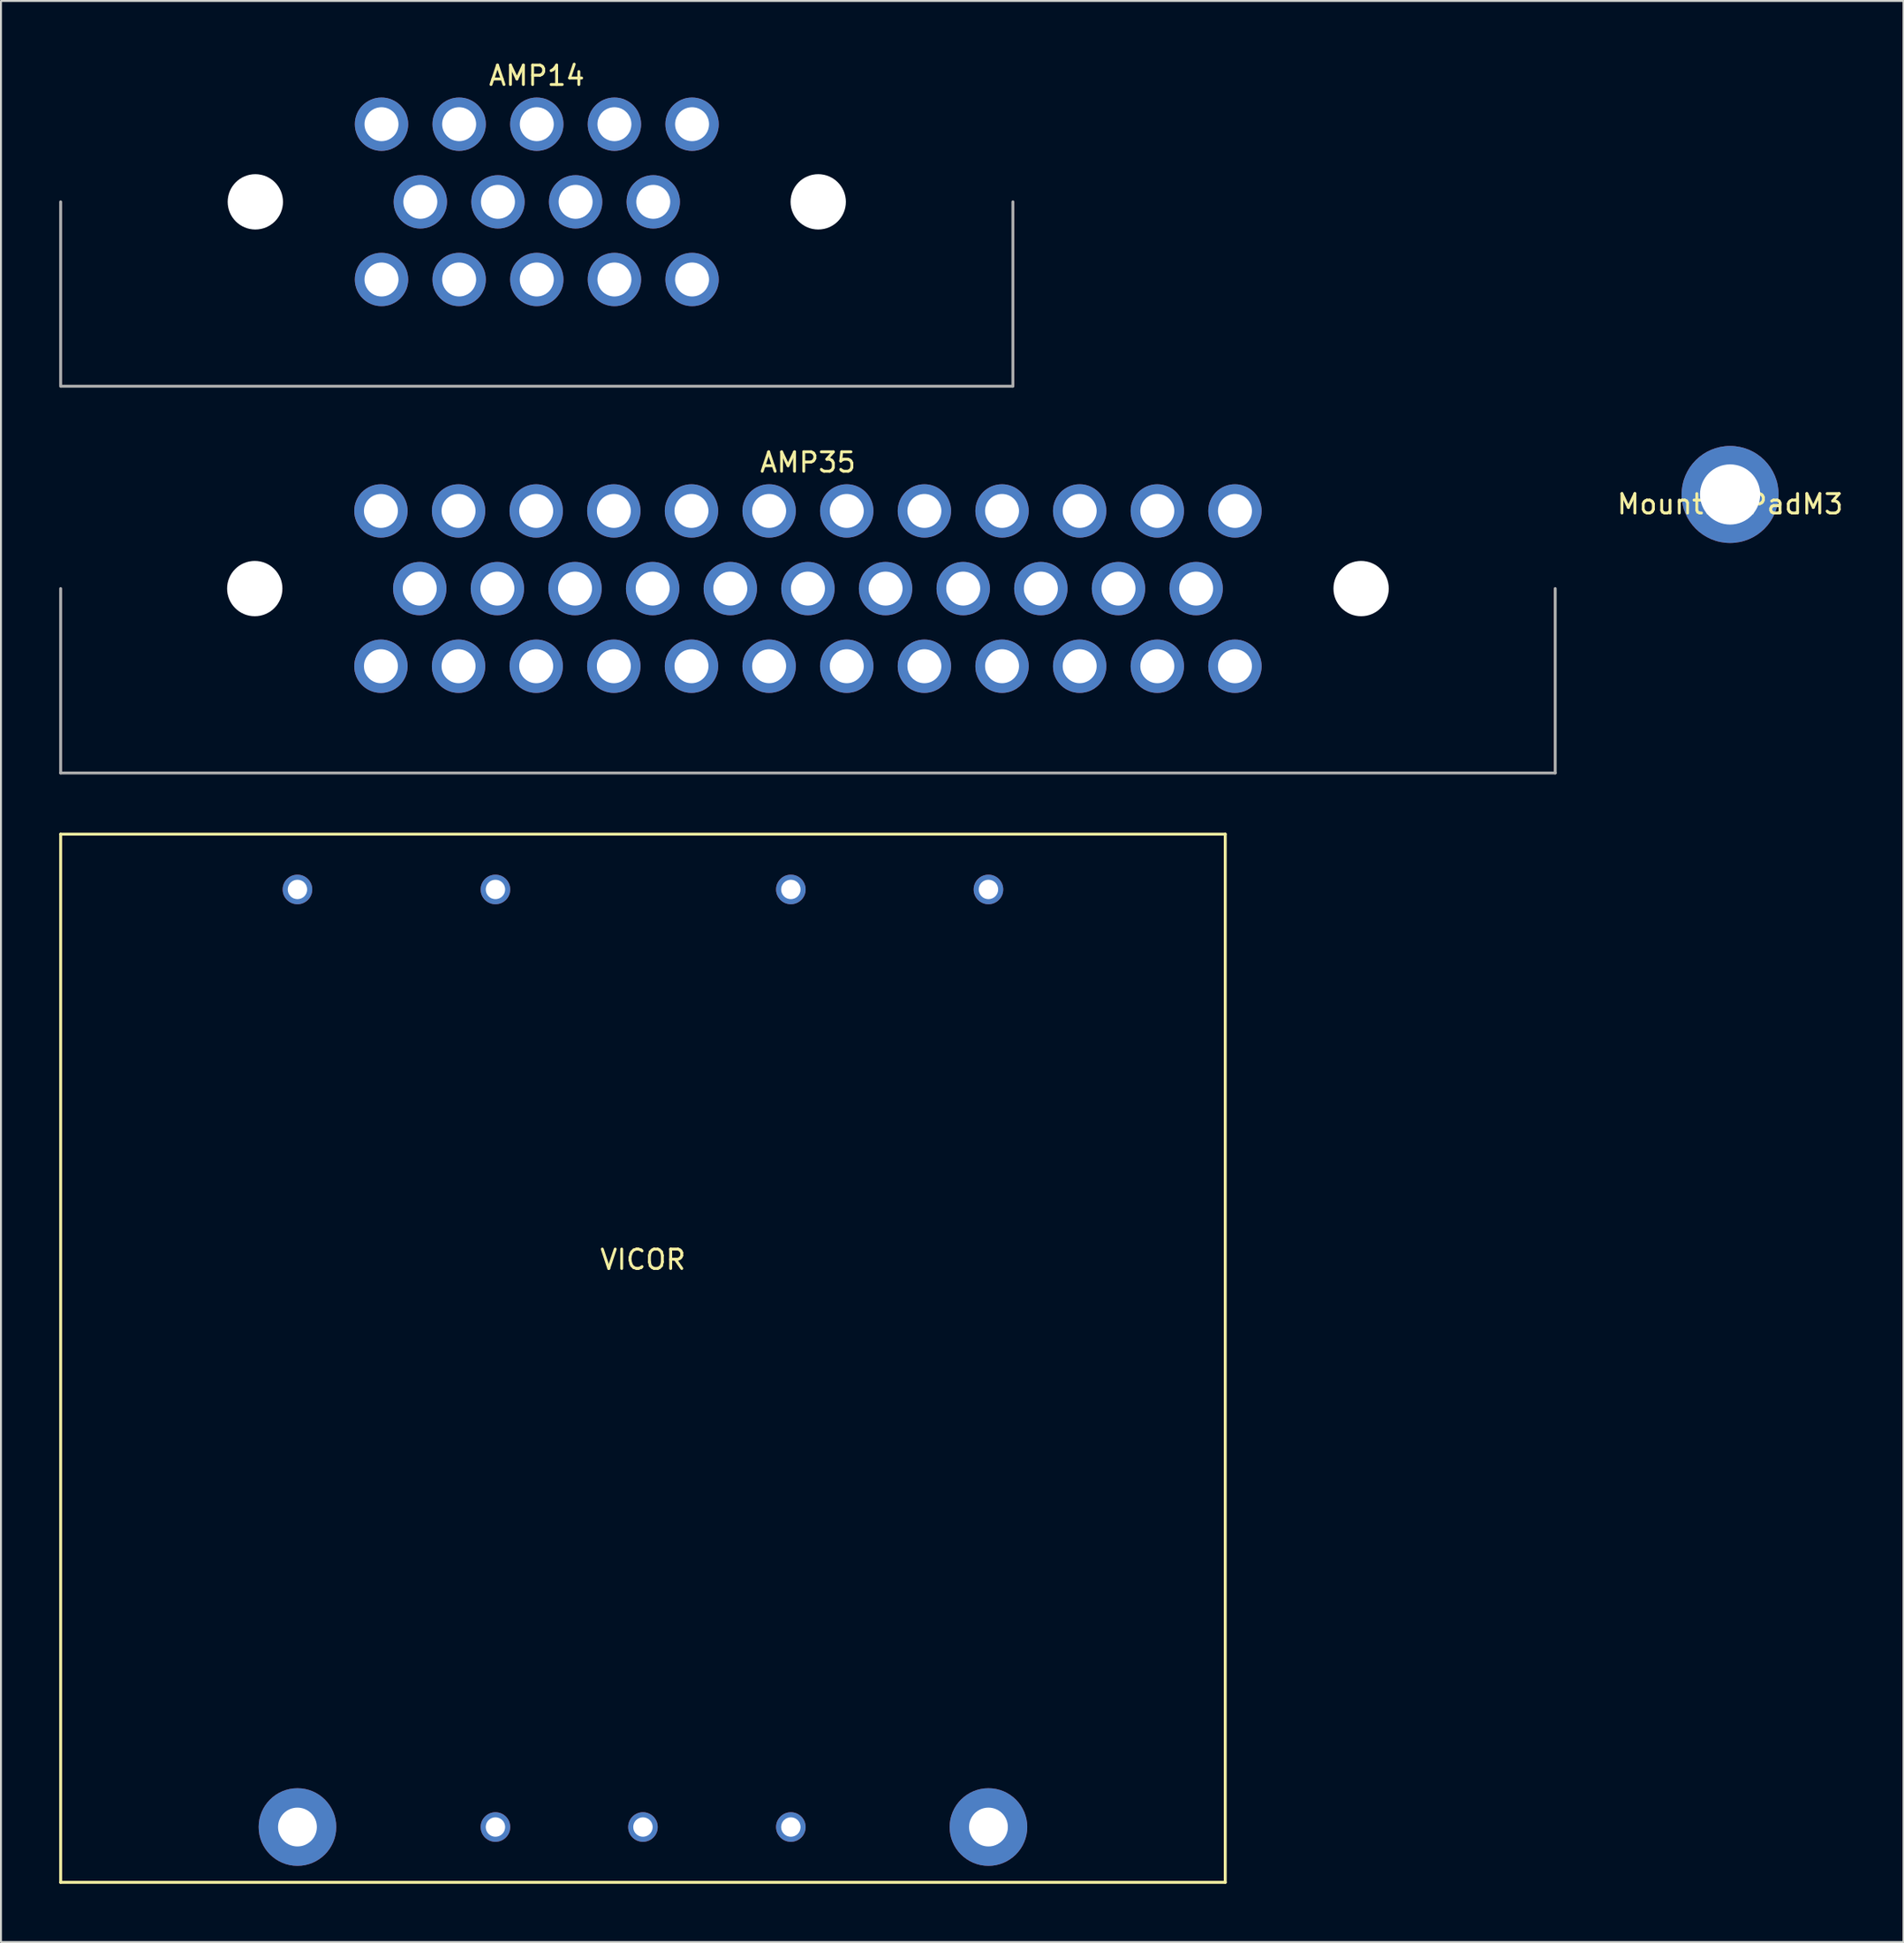
<source format=kicad_pcb>
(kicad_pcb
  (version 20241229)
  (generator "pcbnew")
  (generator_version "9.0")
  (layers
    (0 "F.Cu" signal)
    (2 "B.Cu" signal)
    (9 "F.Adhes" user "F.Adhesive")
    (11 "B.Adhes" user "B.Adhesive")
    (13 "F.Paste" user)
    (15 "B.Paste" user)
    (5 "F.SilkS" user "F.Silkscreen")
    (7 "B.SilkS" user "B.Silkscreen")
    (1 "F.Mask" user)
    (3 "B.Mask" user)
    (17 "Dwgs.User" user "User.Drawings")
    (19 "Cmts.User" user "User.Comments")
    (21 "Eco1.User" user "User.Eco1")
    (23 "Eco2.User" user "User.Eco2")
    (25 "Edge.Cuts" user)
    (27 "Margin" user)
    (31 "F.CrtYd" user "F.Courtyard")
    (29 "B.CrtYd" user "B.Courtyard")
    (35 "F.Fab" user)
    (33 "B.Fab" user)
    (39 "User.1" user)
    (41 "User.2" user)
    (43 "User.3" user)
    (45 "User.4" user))
  (footprint "VICOR"
    (layer "F.Cu")
    (at 30.075 66.921)
    (property "Reference" "VICOR" (at 0 -5.08 0) (layer "F.SilkS") (effects (font (size 1 1) (thickness 0.15))))
    (attr through_hole)
    (fp_line (start -30 -27) (end -30 27) (stroke (width 0.15) (type solid)) (layer "F.SilkS"))
    (fp_line (start -30 27) (end 30 27) (stroke (width 0.15) (type solid)) (layer "F.SilkS"))
    (fp_line (start 30 -27) (end -30 -27) (stroke (width 0.15) (type solid)) (layer "F.SilkS"))
    (fp_line (start 30 27) (end 30 -27) (stroke (width 0.15) (type solid)) (layer "F.SilkS"))
    (pad "1" thru_hole circle (at -17.8 -24.15) (size 1.524 1.524) (drill 1) (layers "*.Cu" "*.Mask"))
    (pad "2" thru_hole circle (at -7.6 -24.15) (size 1.524 1.524) (drill 1) (layers "*.Cu" "*.Mask"))
    (pad "3" thru_hole circle (at 7.62 -24.15) (size 1.524 1.524) (drill 1) (layers "*.Cu" "*.Mask"))
    (pad "4" thru_hole circle (at 17.8 -24.15) (size 1.524 1.524) (drill 1) (layers "*.Cu" "*.Mask"))
    (pad "5" thru_hole circle (at -17.8 24.15) (size 4 4) (drill 2) (layers "*.Cu" "*.Mask"))
    (pad "6" thru_hole circle (at -7.6 24.15) (size 1.524 1.524) (drill 1) (layers "*.Cu" "*.Mask"))
    (pad "7" thru_hole circle (at 0 24.15) (size 1.524 1.524) (drill 1) (layers "*.Cu" "*.Mask"))
    (pad "8" thru_hole circle (at 7.62 24.15) (size 1.524 1.524) (drill 1) (layers "*.Cu" "*.Mask"))
    (pad "9" thru_hole circle (at 17.8 24.15) (size 4 4) (drill 2) (layers "*.Cu" "*.Mask")))
  (footprint "AMP14"
    (layer "F.Cu")
    (at 24.605 7.348)
    (property "Reference" "AMP14" (at 0 -6.5 0) (layer "F.SilkS") (effects (font (size 1 1) (thickness 0.15))))
    (attr through_hole)
    (fp_line (start -24.53 9.5) (end -24.53 0) (stroke (width 0.15) (type solid)) (layer "F.Fab"))
    (fp_line (start -24.5 9.5) (end 24.5 9.5) (stroke (width 0.15) (type solid)) (layer "F.Fab"))
    (fp_line (start 24.53 9.5) (end 24.53 0) (stroke (width 0.15) (type solid)) (layer "F.Fab"))
    (pad "" np_thru_hole circle (at -14.5 0) (size 2.85 2.85) (drill 2.85) (layers "*.Cu" "*.Mask"))
    (pad "" np_thru_hole circle (at 14.5 0) (size 2.85 2.85) (drill 2.85) (layers "*.Cu" "*.Mask"))
    (pad "1" thru_hole circle (at -8 -4) (size 2.75 2.75) (drill 1.75) (layers "*.Cu" "*.Mask"))
    (pad "2" thru_hole circle (at -4 -4) (size 2.75 2.75) (drill 1.75) (layers "*.Cu" "*.Mask"))
    (pad "3" thru_hole circle (at 0 -4) (size 2.75 2.75) (drill 1.75) (layers "*.Cu" "*.Mask"))
    (pad "4" thru_hole circle (at 4 -4) (size 2.75 2.75) (drill 1.75) (layers "*.Cu" "*.Mask"))
    (pad "5" thru_hole circle (at 8 -4) (size 2.75 2.75) (drill 1.75) (layers "*.Cu" "*.Mask"))
    (pad "6" thru_hole circle (at -6 0) (size 2.75 2.75) (drill 1.75) (layers "*.Cu" "*.Mask"))
    (pad "7" thru_hole circle (at -2 0) (size 2.75 2.75) (drill 1.75) (layers "*.Cu" "*.Mask"))
    (pad "8" thru_hole circle (at 2 0) (size 2.75 2.75) (drill 1.75) (layers "*.Cu" "*.Mask"))
    (pad "9" thru_hole circle (at 6 0) (size 2.75 2.75) (drill 1.75) (layers "*.Cu" "*.Mask"))
    (pad "10" thru_hole circle (at -8 4) (size 2.75 2.75) (drill 1.75) (layers "*.Cu" "*.Mask"))
    (pad "11" thru_hole circle (at -4 4) (size 2.75 2.75) (drill 1.75) (layers "*.Cu" "*.Mask"))
    (pad "12" thru_hole circle (at 0 4) (size 2.75 2.75) (drill 1.75) (layers "*.Cu" "*.Mask"))
    (pad "13" thru_hole circle (at 4 4) (size 2.75 2.75) (drill 1.75) (layers "*.Cu" "*.Mask"))
    (pad "14" thru_hole circle (at 8 4) (size 2.75 2.75) (drill 1.75) (layers "*.Cu" "*.Mask")))
  (footprint "AMP35"
    (layer "F.Cu")
    (at 38.575 27.271)
    (property "Reference" "AMP35" (at 0 -6.5 0) (layer "F.SilkS") (effects (font (size 1 1) (thickness 0.15))))
    (attr through_hole)
    (fp_line (start -38.5 9.5) (end -38.5 0) (stroke (width 0.15) (type solid)) (layer "F.Fab"))
    (fp_line (start -38.5 9.5) (end 38.5 9.5) (stroke (width 0.15) (type solid)) (layer "F.Fab"))
    (fp_line (start 38.5 9.5) (end 38.5 0) (stroke (width 0.15) (type solid)) (layer "F.Fab"))
    (pad "" np_thru_hole circle (at -28.5 0) (size 2.85 2.85) (drill 2.85) (layers "*.Cu" "*.Mask"))
    (pad "" np_thru_hole circle (at 28.5 0) (size 2.85 2.85) (drill 2.85) (layers "*.Cu" "*.Mask"))
    (pad "1" thru_hole circle (at -22 -4) (size 2.75 2.75) (drill 1.75) (layers "*.Cu" "*.Mask"))
    (pad "2" thru_hole circle (at -18 -4) (size 2.75 2.75) (drill 1.75) (layers "*.Cu" "*.Mask"))
    (pad "3" thru_hole circle (at -14 -4) (size 2.75 2.75) (drill 1.75) (layers "*.Cu" "*.Mask"))
    (pad "4" thru_hole circle (at -10 -4) (size 2.75 2.75) (drill 1.75) (layers "*.Cu" "*.Mask"))
    (pad "5" thru_hole circle (at -6 -4) (size 2.75 2.75) (drill 1.75) (layers "*.Cu" "*.Mask"))
    (pad "6" thru_hole circle (at -2 -4) (size 2.75 2.75) (drill 1.75) (layers "*.Cu" "*.Mask"))
    (pad "7" thru_hole circle (at 2 -4) (size 2.75 2.75) (drill 1.75) (layers "*.Cu" "*.Mask"))
    (pad "8" thru_hole circle (at 6 -4) (size 2.75 2.75) (drill 1.75) (layers "*.Cu" "*.Mask"))
    (pad "9" thru_hole circle (at 10 -4) (size 2.75 2.75) (drill 1.75) (layers "*.Cu" "*.Mask"))
    (pad "10" thru_hole circle (at 14 -4) (size 2.75 2.75) (drill 1.75) (layers "*.Cu" "*.Mask"))
    (pad "11" thru_hole circle (at 18 -4) (size 2.75 2.75) (drill 1.75) (layers "*.Cu" "*.Mask"))
    (pad "12" thru_hole circle (at 22 -4) (size 2.75 2.75) (drill 1.75) (layers "*.Cu" "*.Mask"))
    (pad "13" thru_hole circle (at -20 0) (size 2.75 2.75) (drill 1.75) (layers "*.Cu" "*.Mask"))
    (pad "14" thru_hole circle (at -16 0) (size 2.75 2.75) (drill 1.75) (layers "*.Cu" "*.Mask"))
    (pad "15" thru_hole circle (at -12 0) (size 2.75 2.75) (drill 1.75) (layers "*.Cu" "*.Mask"))
    (pad "16" thru_hole circle (at -8 0) (size 2.75 2.75) (drill 1.75) (layers "*.Cu" "*.Mask"))
    (pad "17" thru_hole circle (at -4 0) (size 2.75 2.75) (drill 1.75) (layers "*.Cu" "*.Mask"))
    (pad "18" thru_hole circle (at 0 0) (size 2.75 2.75) (drill 1.75) (layers "*.Cu" "*.Mask"))
    (pad "19" thru_hole circle (at 4 0) (size 2.75 2.75) (drill 1.75) (layers "*.Cu" "*.Mask"))
    (pad "20" thru_hole circle (at 8 0) (size 2.75 2.75) (drill 1.75) (layers "*.Cu" "*.Mask"))
    (pad "21" thru_hole circle (at 12 0) (size 2.75 2.75) (drill 1.75) (layers "*.Cu" "*.Mask"))
    (pad "22" thru_hole circle (at 16 0) (size 2.75 2.75) (drill 1.75) (layers "*.Cu" "*.Mask"))
    (pad "23" thru_hole circle (at 20 0) (size 2.75 2.75) (drill 1.75) (layers "*.Cu" "*.Mask"))
    (pad "24" thru_hole circle (at -22 4) (size 2.75 2.75) (drill 1.75) (layers "*.Cu" "*.Mask"))
    (pad "25" thru_hole circle (at -18 4) (size 2.75 2.75) (drill 1.75) (layers "*.Cu" "*.Mask"))
    (pad "26" thru_hole circle (at -14 4) (size 2.75 2.75) (drill 1.75) (layers "*.Cu" "*.Mask"))
    (pad "27" thru_hole circle (at -10 4) (size 2.75 2.75) (drill 1.75) (layers "*.Cu" "*.Mask"))
    (pad "28" thru_hole circle (at -6 4) (size 2.75 2.75) (drill 1.75) (layers "*.Cu" "*.Mask"))
    (pad "29" thru_hole circle (at -2 4) (size 2.75 2.75) (drill 1.75) (layers "*.Cu" "*.Mask"))
    (pad "30" thru_hole circle (at 2 4) (size 2.75 2.75) (drill 1.75) (layers "*.Cu" "*.Mask"))
    (pad "31" thru_hole circle (at 6 4) (size 2.75 2.75) (drill 1.75) (layers "*.Cu" "*.Mask"))
    (pad "32" thru_hole circle (at 10 4) (size 2.75 2.75) (drill 1.75) (layers "*.Cu" "*.Mask"))
    (pad "33" thru_hole circle (at 14 4) (size 2.75 2.75) (drill 1.75) (layers "*.Cu" "*.Mask"))
    (pad "34" thru_hole circle (at 18 4) (size 2.75 2.75) (drill 1.75) (layers "*.Cu" "*.Mask"))
    (pad "35" thru_hole circle (at 22 4) (size 2.75 2.75) (drill 1.75) (layers "*.Cu" "*.Mask")))
  (footprint "MountingPadM3"
    (layer "F.Cu")
    (at 86.085 22.423)
    (property "Reference" "MountingPadM3" (at 0 0.5 0) (layer "F.SilkS") (effects (font (size 1 1) (thickness 0.15))))
    (attr through_hole)
    (pad "1" thru_hole circle (at 0 0) (size 5 5) (drill 3.1) (layers "*.Cu" "*.Mask")))
  (gr_rect
    (start -3 -3)
    (end 95.019 96.996)
    (stroke (width 0.1) (type default))
    (fill no)
    (layer "Edge.Cuts")))
</source>
